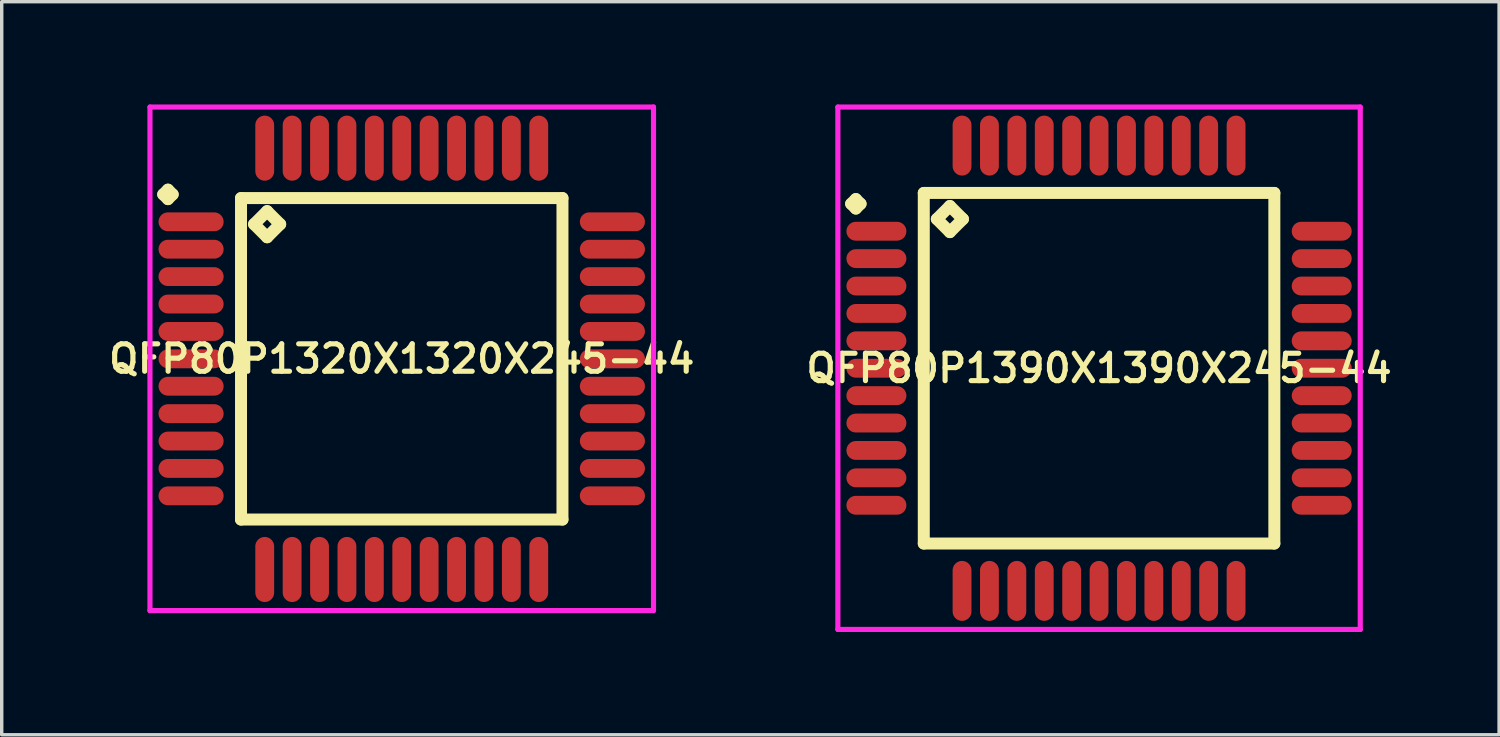
<source format=kicad_pcb>
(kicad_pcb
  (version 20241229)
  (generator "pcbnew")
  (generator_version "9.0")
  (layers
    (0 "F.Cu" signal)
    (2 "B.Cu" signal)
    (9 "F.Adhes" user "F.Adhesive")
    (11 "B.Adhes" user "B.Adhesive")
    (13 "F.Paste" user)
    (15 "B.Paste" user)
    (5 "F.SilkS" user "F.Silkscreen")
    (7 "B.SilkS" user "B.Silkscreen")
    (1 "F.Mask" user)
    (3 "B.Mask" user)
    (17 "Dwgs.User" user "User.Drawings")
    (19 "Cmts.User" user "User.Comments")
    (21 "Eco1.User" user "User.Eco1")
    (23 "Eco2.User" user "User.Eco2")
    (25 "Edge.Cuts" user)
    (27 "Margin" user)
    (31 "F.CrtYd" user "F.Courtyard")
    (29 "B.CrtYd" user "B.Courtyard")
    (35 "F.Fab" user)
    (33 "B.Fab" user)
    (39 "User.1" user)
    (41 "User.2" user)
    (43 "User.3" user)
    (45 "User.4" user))
  (footprint "QFP80P1390X1390X245-44"
    (layer "F.Cu")
    (at 29.035 7.7)
    (property "Reference" "QFP80P1390X1390X245-44" (at 0 0 0) (layer "F.SilkS") (effects (font (size 0.8 0.8) (thickness 0.15))))
    (attr through_hole)
    (fp_line (start -7.237 -4.8) (end -7.1 -4.938) (stroke (width 0.35) (type solid)) (layer "F.SilkS"))
    (fp_line (start -7.1 -4.938) (end -6.963 -4.8) (stroke (width 0.35) (type solid)) (layer "F.SilkS"))
    (fp_line (start -7.1 -4.662) (end -7.237 -4.8) (stroke (width 0.35) (type solid)) (layer "F.SilkS"))
    (fp_line (start -6.963 -4.8) (end -7.1 -4.662) (stroke (width 0.35) (type solid)) (layer "F.SilkS"))
    (fp_line (start -5.117 -5.117) (end -5.117 5.117) (stroke (width 0.35) (type solid)) (layer "F.SilkS"))
    (fp_line (start -5.117 5.117) (end 5.117 5.117) (stroke (width 0.35) (type solid)) (layer "F.SilkS"))
    (fp_line (start -4.736 -4.355) (end -4.355 -4.736) (stroke (width 0.35) (type solid)) (layer "F.SilkS"))
    (fp_line (start -4.355 -4.736) (end -3.974 -4.355) (stroke (width 0.35) (type solid)) (layer "F.SilkS"))
    (fp_line (start -4.355 -3.974) (end -4.736 -4.355) (stroke (width 0.35) (type solid)) (layer "F.SilkS"))
    (fp_line (start -3.974 -4.355) (end -4.355 -3.974) (stroke (width 0.35) (type solid)) (layer "F.SilkS"))
    (fp_line (start 5.117 -5.117) (end -5.117 -5.117) (stroke (width 0.35) (type solid)) (layer "F.SilkS"))
    (fp_line (start 5.117 5.117) (end 5.117 -5.117) (stroke (width 0.35) (type solid)) (layer "F.SilkS"))
    (fp_line (start -7.625 -7.625) (end 7.625 -7.625) (stroke (width 0.15) (type solid)) (layer "F.CrtYd"))
    (fp_line (start -7.625 7.625) (end -7.625 -7.625) (stroke (width 0.15) (type solid)) (layer "F.CrtYd"))
    (fp_line (start 7.625 -7.625) (end 7.625 7.625) (stroke (width 0.15) (type solid)) (layer "F.CrtYd"))
    (fp_line (start 7.625 7.625) (end -7.625 7.625) (stroke (width 0.15) (type solid)) (layer "F.CrtYd"))
    (pad "1" smd oval (at -6.5 -4) (size 1.75 0.55) (layers "F.Cu" "F.Mask" "F.Paste"))
    (pad "2" smd oval (at -6.5 -3.2) (size 1.75 0.55) (layers "F.Cu" "F.Mask" "F.Paste"))
    (pad "3" smd oval (at -6.5 -2.4) (size 1.75 0.55) (layers "F.Cu" "F.Mask" "F.Paste"))
    (pad "4" smd oval (at -6.5 -1.6) (size 1.75 0.55) (layers "F.Cu" "F.Mask" "F.Paste"))
    (pad "5" smd oval (at -6.5 -0.8) (size 1.75 0.55) (layers "F.Cu" "F.Mask" "F.Paste"))
    (pad "6" smd oval (at -6.5 0) (size 1.75 0.55) (layers "F.Cu" "F.Mask" "F.Paste"))
    (pad "7" smd oval (at -6.5 0.8) (size 1.75 0.55) (layers "F.Cu" "F.Mask" "F.Paste"))
    (pad "8" smd oval (at -6.5 1.6) (size 1.75 0.55) (layers "F.Cu" "F.Mask" "F.Paste"))
    (pad "9" smd oval (at -6.5 2.4) (size 1.75 0.55) (layers "F.Cu" "F.Mask" "F.Paste"))
    (pad "10" smd oval (at -6.5 3.2) (size 1.75 0.55) (layers "F.Cu" "F.Mask" "F.Paste"))
    (pad "11" smd oval (at -6.5 4) (size 1.75 0.55) (layers "F.Cu" "F.Mask" "F.Paste"))
    (pad "12" smd oval (at -4 6.5) (size 0.55 1.75) (layers "F.Cu" "F.Mask" "F.Paste"))
    (pad "13" smd oval (at -3.2 6.5) (size 0.55 1.75) (layers "F.Cu" "F.Mask" "F.Paste"))
    (pad "14" smd oval (at -2.4 6.5) (size 0.55 1.75) (layers "F.Cu" "F.Mask" "F.Paste"))
    (pad "15" smd oval (at -1.6 6.5) (size 0.55 1.75) (layers "F.Cu" "F.Mask" "F.Paste"))
    (pad "16" smd oval (at -0.8 6.5) (size 0.55 1.75) (layers "F.Cu" "F.Mask" "F.Paste"))
    (pad "17" smd oval (at 0 6.5) (size 0.55 1.75) (layers "F.Cu" "F.Mask" "F.Paste"))
    (pad "18" smd oval (at 0.8 6.5) (size 0.55 1.75) (layers "F.Cu" "F.Mask" "F.Paste"))
    (pad "19" smd oval (at 1.6 6.5) (size 0.55 1.75) (layers "F.Cu" "F.Mask" "F.Paste"))
    (pad "20" smd oval (at 2.4 6.5) (size 0.55 1.75) (layers "F.Cu" "F.Mask" "F.Paste"))
    (pad "21" smd oval (at 3.2 6.5) (size 0.55 1.75) (layers "F.Cu" "F.Mask" "F.Paste"))
    (pad "22" smd oval (at 4 6.5) (size 0.55 1.75) (layers "F.Cu" "F.Mask" "F.Paste"))
    (pad "23" smd oval (at 6.5 4) (size 1.75 0.55) (layers "F.Cu" "F.Mask" "F.Paste"))
    (pad "24" smd oval (at 6.5 3.2) (size 1.75 0.55) (layers "F.Cu" "F.Mask" "F.Paste"))
    (pad "25" smd oval (at 6.5 2.4) (size 1.75 0.55) (layers "F.Cu" "F.Mask" "F.Paste"))
    (pad "26" smd oval (at 6.5 1.6) (size 1.75 0.55) (layers "F.Cu" "F.Mask" "F.Paste"))
    (pad "27" smd oval (at 6.5 0.8) (size 1.75 0.55) (layers "F.Cu" "F.Mask" "F.Paste"))
    (pad "28" smd oval (at 6.5 0) (size 1.75 0.55) (layers "F.Cu" "F.Mask" "F.Paste"))
    (pad "29" smd oval (at 6.5 -0.8) (size 1.75 0.55) (layers "F.Cu" "F.Mask" "F.Paste"))
    (pad "30" smd oval (at 6.5 -1.6) (size 1.75 0.55) (layers "F.Cu" "F.Mask" "F.Paste"))
    (pad "31" smd oval (at 6.5 -2.4) (size 1.75 0.55) (layers "F.Cu" "F.Mask" "F.Paste"))
    (pad "32" smd oval (at 6.5 -3.2) (size 1.75 0.55) (layers "F.Cu" "F.Mask" "F.Paste"))
    (pad "33" smd oval (at 6.5 -4) (size 1.75 0.55) (layers "F.Cu" "F.Mask" "F.Paste"))
    (pad "34" smd oval (at 4 -6.5) (size 0.55 1.75) (layers "F.Cu" "F.Mask" "F.Paste"))
    (pad "35" smd oval (at 3.2 -6.5) (size 0.55 1.75) (layers "F.Cu" "F.Mask" "F.Paste"))
    (pad "36" smd oval (at 2.4 -6.5) (size 0.55 1.75) (layers "F.Cu" "F.Mask" "F.Paste"))
    (pad "37" smd oval (at 1.6 -6.5) (size 0.55 1.75) (layers "F.Cu" "F.Mask" "F.Paste"))
    (pad "38" smd oval (at 0.8 -6.5) (size 0.55 1.75) (layers "F.Cu" "F.Mask" "F.Paste"))
    (pad "39" smd oval (at 0 -6.5) (size 0.55 1.75) (layers "F.Cu" "F.Mask" "F.Paste"))
    (pad "40" smd oval (at -0.8 -6.5) (size 0.55 1.75) (layers "F.Cu" "F.Mask" "F.Paste"))
    (pad "41" smd oval (at -1.6 -6.5) (size 0.55 1.75) (layers "F.Cu" "F.Mask" "F.Paste"))
    (pad "42" smd oval (at -2.4 -6.5) (size 0.55 1.75) (layers "F.Cu" "F.Mask" "F.Paste"))
    (pad "43" smd oval (at -3.2 -6.5) (size 0.55 1.75) (layers "F.Cu" "F.Mask" "F.Paste"))
    (pad "44" smd oval (at -4 -6.5) (size 0.55 1.75) (layers "F.Cu" "F.Mask" "F.Paste")))
  (footprint "QFP80P1320X1320X245-44"
    (layer "F.Cu")
    (at 8.678 7.425)
    (property "Reference" "QFP80P1320X1320X245-44" (at 0 0 0) (layer "F.SilkS") (effects (font (size 0.8 0.8) (thickness 0.15))))
    (attr smd)
    (fp_line (start -6.963 -4.8) (end -6.825 -4.938) (stroke (width 0.35) (type solid)) (layer "F.SilkS"))
    (fp_line (start -6.825 -4.938) (end -6.688 -4.8) (stroke (width 0.35) (type solid)) (layer "F.SilkS"))
    (fp_line (start -6.825 -4.662) (end -6.963 -4.8) (stroke (width 0.35) (type solid)) (layer "F.SilkS"))
    (fp_line (start -6.688 -4.8) (end -6.825 -4.662) (stroke (width 0.35) (type solid)) (layer "F.SilkS"))
    (fp_line (start -4.692 -4.692) (end -4.692 4.692) (stroke (width 0.35) (type solid)) (layer "F.SilkS"))
    (fp_line (start -4.692 4.692) (end 4.692 4.692) (stroke (width 0.35) (type solid)) (layer "F.SilkS"))
    (fp_line (start -4.311 -3.93) (end -3.93 -4.311) (stroke (width 0.35) (type solid)) (layer "F.SilkS"))
    (fp_line (start -3.93 -4.311) (end -3.549 -3.93) (stroke (width 0.35) (type solid)) (layer "F.SilkS"))
    (fp_line (start -3.93 -3.549) (end -4.311 -3.93) (stroke (width 0.35) (type solid)) (layer "F.SilkS"))
    (fp_line (start -3.549 -3.93) (end -3.93 -3.549) (stroke (width 0.35) (type solid)) (layer "F.SilkS"))
    (fp_line (start 4.692 -4.692) (end -4.692 -4.692) (stroke (width 0.35) (type solid)) (layer "F.SilkS"))
    (fp_line (start 4.692 4.692) (end 4.692 -4.692) (stroke (width 0.35) (type solid)) (layer "F.SilkS"))
    (fp_line (start -7.35 -7.35) (end 7.35 -7.35) (stroke (width 0.15) (type solid)) (layer "F.CrtYd"))
    (fp_line (start -7.35 7.35) (end -7.35 -7.35) (stroke (width 0.15) (type solid)) (layer "F.CrtYd"))
    (fp_line (start 7.35 -7.35) (end 7.35 7.35) (stroke (width 0.15) (type solid)) (layer "F.CrtYd"))
    (fp_line (start 7.35 7.35) (end -7.35 7.35) (stroke (width 0.15) (type solid)) (layer "F.CrtYd"))
    (pad "1" smd oval (at -6.15 -4) (size 1.9 0.55) (layers "F.Cu" "F.Mask" "F.Paste"))
    (pad "2" smd oval (at -6.15 -3.2) (size 1.9 0.55) (layers "F.Cu" "F.Mask" "F.Paste"))
    (pad "3" smd oval (at -6.15 -2.4) (size 1.9 0.55) (layers "F.Cu" "F.Mask" "F.Paste"))
    (pad "4" smd oval (at -6.15 -1.6) (size 1.9 0.55) (layers "F.Cu" "F.Mask" "F.Paste"))
    (pad "5" smd oval (at -6.15 -0.8) (size 1.9 0.55) (layers "F.Cu" "F.Mask" "F.Paste"))
    (pad "6" smd oval (at -6.15 0) (size 1.9 0.55) (layers "F.Cu" "F.Mask" "F.Paste"))
    (pad "7" smd oval (at -6.15 0.8) (size 1.9 0.55) (layers "F.Cu" "F.Mask" "F.Paste"))
    (pad "8" smd oval (at -6.15 1.6) (size 1.9 0.55) (layers "F.Cu" "F.Mask" "F.Paste"))
    (pad "9" smd oval (at -6.15 2.4) (size 1.9 0.55) (layers "F.Cu" "F.Mask" "F.Paste"))
    (pad "10" smd oval (at -6.15 3.2) (size 1.9 0.55) (layers "F.Cu" "F.Mask" "F.Paste"))
    (pad "11" smd oval (at -6.15 4) (size 1.9 0.55) (layers "F.Cu" "F.Mask" "F.Paste"))
    (pad "12" smd oval (at -4 6.15) (size 0.55 1.9) (layers "F.Cu" "F.Mask" "F.Paste"))
    (pad "13" smd oval (at -3.2 6.15) (size 0.55 1.9) (layers "F.Cu" "F.Mask" "F.Paste"))
    (pad "14" smd oval (at -2.4 6.15) (size 0.55 1.9) (layers "F.Cu" "F.Mask" "F.Paste"))
    (pad "15" smd oval (at -1.6 6.15) (size 0.55 1.9) (layers "F.Cu" "F.Mask" "F.Paste"))
    (pad "16" smd oval (at -0.8 6.15) (size 0.55 1.9) (layers "F.Cu" "F.Mask" "F.Paste"))
    (pad "17" smd oval (at 0 6.15) (size 0.55 1.9) (layers "F.Cu" "F.Mask" "F.Paste"))
    (pad "18" smd oval (at 0.8 6.15) (size 0.55 1.9) (layers "F.Cu" "F.Mask" "F.Paste"))
    (pad "19" smd oval (at 1.6 6.15) (size 0.55 1.9) (layers "F.Cu" "F.Mask" "F.Paste"))
    (pad "20" smd oval (at 2.4 6.15) (size 0.55 1.9) (layers "F.Cu" "F.Mask" "F.Paste"))
    (pad "21" smd oval (at 3.2 6.15) (size 0.55 1.9) (layers "F.Cu" "F.Mask" "F.Paste"))
    (pad "22" smd oval (at 4 6.15) (size 0.55 1.9) (layers "F.Cu" "F.Mask" "F.Paste"))
    (pad "23" smd oval (at 6.15 4) (size 1.9 0.55) (layers "F.Cu" "F.Mask" "F.Paste"))
    (pad "24" smd oval (at 6.15 3.2) (size 1.9 0.55) (layers "F.Cu" "F.Mask" "F.Paste"))
    (pad "25" smd oval (at 6.15 2.4) (size 1.9 0.55) (layers "F.Cu" "F.Mask" "F.Paste"))
    (pad "26" smd oval (at 6.15 1.6) (size 1.9 0.55) (layers "F.Cu" "F.Mask" "F.Paste"))
    (pad "27" smd oval (at 6.15 0.8) (size 1.9 0.55) (layers "F.Cu" "F.Mask" "F.Paste"))
    (pad "28" smd oval (at 6.15 0) (size 1.9 0.55) (layers "F.Cu" "F.Mask" "F.Paste"))
    (pad "29" smd oval (at 6.15 -0.8) (size 1.9 0.55) (layers "F.Cu" "F.Mask" "F.Paste"))
    (pad "30" smd oval (at 6.15 -1.6) (size 1.9 0.55) (layers "F.Cu" "F.Mask" "F.Paste"))
    (pad "31" smd oval (at 6.15 -2.4) (size 1.9 0.55) (layers "F.Cu" "F.Mask" "F.Paste"))
    (pad "32" smd oval (at 6.15 -3.2) (size 1.9 0.55) (layers "F.Cu" "F.Mask" "F.Paste"))
    (pad "33" smd oval (at 6.15 -4) (size 1.9 0.55) (layers "F.Cu" "F.Mask" "F.Paste"))
    (pad "34" smd oval (at 4 -6.15) (size 0.55 1.9) (layers "F.Cu" "F.Mask" "F.Paste"))
    (pad "35" smd oval (at 3.2 -6.15) (size 0.55 1.9) (layers "F.Cu" "F.Mask" "F.Paste"))
    (pad "36" smd oval (at 2.4 -6.15) (size 0.55 1.9) (layers "F.Cu" "F.Mask" "F.Paste"))
    (pad "37" smd oval (at 1.6 -6.15) (size 0.55 1.9) (layers "F.Cu" "F.Mask" "F.Paste"))
    (pad "38" smd oval (at 0.8 -6.15) (size 0.55 1.9) (layers "F.Cu" "F.Mask" "F.Paste"))
    (pad "39" smd oval (at 0 -6.15) (size 0.55 1.9) (layers "F.Cu" "F.Mask" "F.Paste"))
    (pad "40" smd oval (at -0.8 -6.15) (size 0.55 1.9) (layers "F.Cu" "F.Mask" "F.Paste"))
    (pad "41" smd oval (at -1.6 -6.15) (size 0.55 1.9) (layers "F.Cu" "F.Mask" "F.Paste"))
    (pad "42" smd oval (at -2.4 -6.15) (size 0.55 1.9) (layers "F.Cu" "F.Mask" "F.Paste"))
    (pad "43" smd oval (at -3.2 -6.15) (size 0.55 1.9) (layers "F.Cu" "F.Mask" "F.Paste"))
    (pad "44" smd oval (at -4 -6.15) (size 0.55 1.9) (layers "F.Cu" "F.Mask" "F.Paste")))
  (gr_rect
    (start -3 -3)
    (end 40.713 18.4)
    (stroke (width 0.1) (type default))
    (fill no)
    (layer "Edge.Cuts")))
</source>
